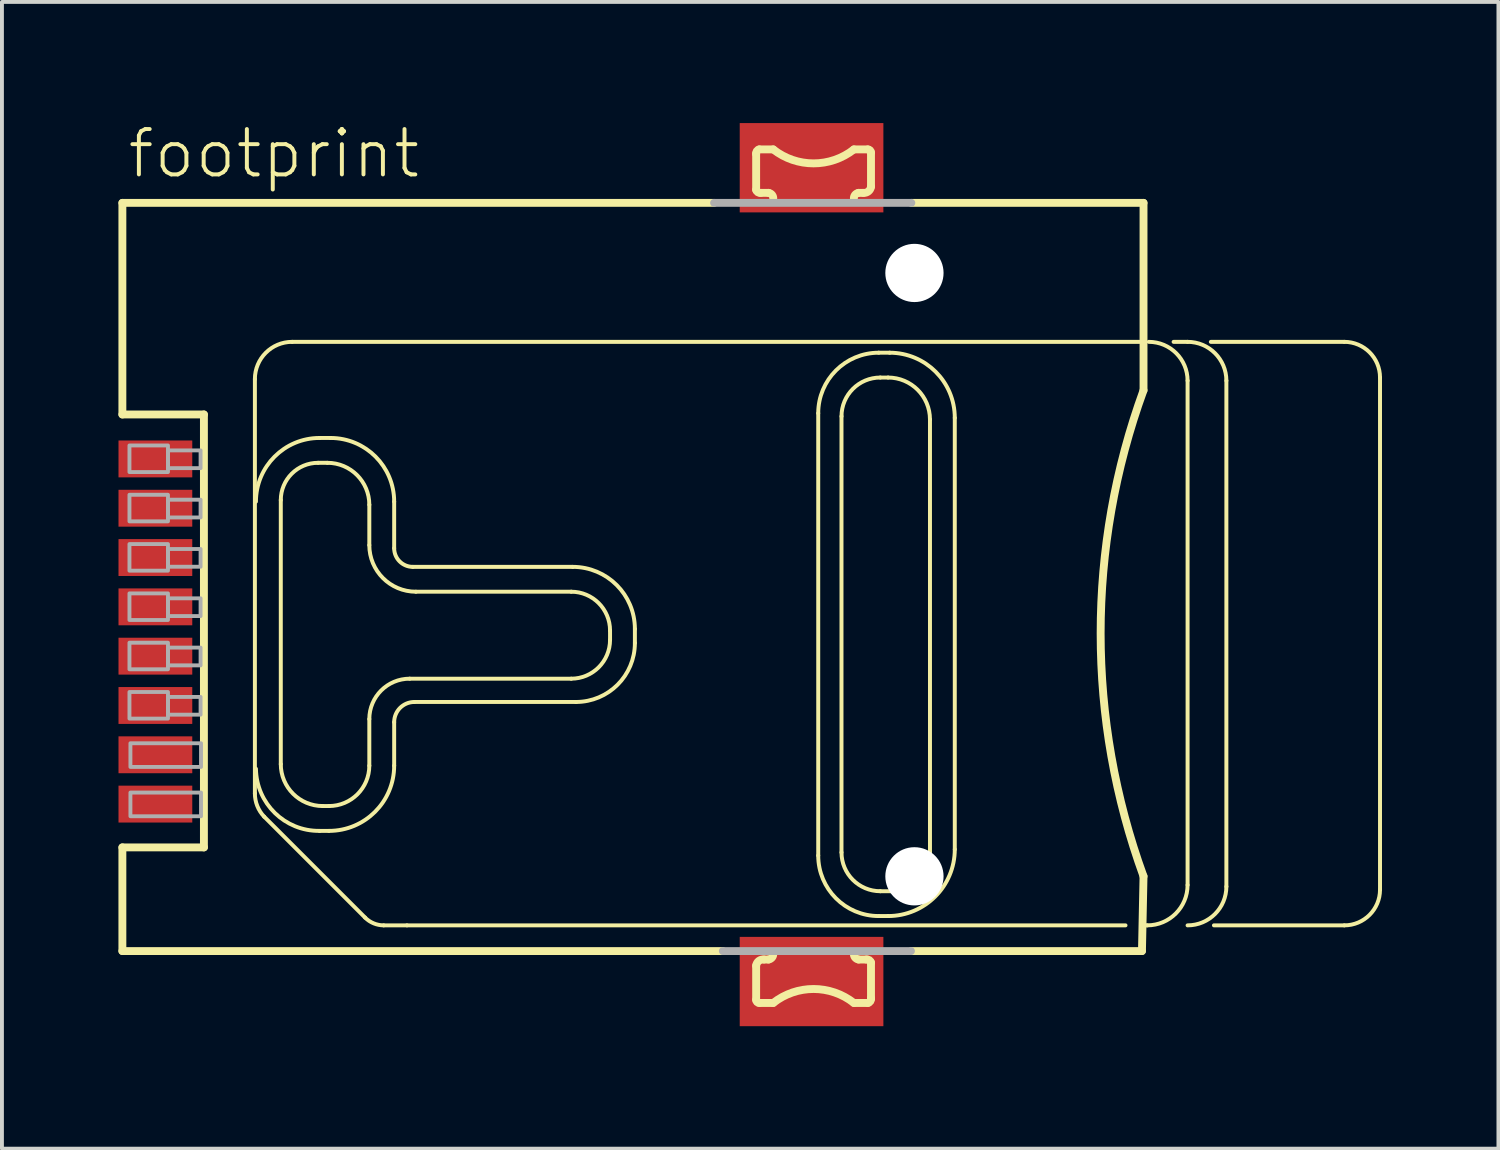
<source format=kicad_pcb>
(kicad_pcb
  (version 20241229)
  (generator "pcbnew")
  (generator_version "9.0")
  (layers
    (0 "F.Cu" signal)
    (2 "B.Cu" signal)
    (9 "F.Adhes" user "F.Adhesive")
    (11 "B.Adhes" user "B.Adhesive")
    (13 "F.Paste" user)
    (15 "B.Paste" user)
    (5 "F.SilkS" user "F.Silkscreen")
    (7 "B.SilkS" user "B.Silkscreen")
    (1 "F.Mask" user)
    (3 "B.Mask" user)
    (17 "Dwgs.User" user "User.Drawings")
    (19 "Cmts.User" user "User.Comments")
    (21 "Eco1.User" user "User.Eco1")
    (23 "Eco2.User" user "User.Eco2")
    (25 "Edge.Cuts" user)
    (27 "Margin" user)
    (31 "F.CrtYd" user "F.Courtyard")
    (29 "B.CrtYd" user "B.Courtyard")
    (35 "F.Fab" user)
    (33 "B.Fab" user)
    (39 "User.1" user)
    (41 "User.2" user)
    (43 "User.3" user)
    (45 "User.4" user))
  (footprint "footprint"
    (layer "F.Cu")
    (at 20.502 11.75)
    (property "Reference" "footprint" (at -20.32 -10.16 0) (layer "F.SilkS") (effects (font (size 1.168 1.168) (thickness 0.102)) (justify left bottom)))
    (fp_poly (pts (xy -4.5 -9.33) (xy -0.8 -9.33) (xy -0.8 -11.63) (xy -4.5 -11.63)) (stroke (width 0) (type solid)) (fill yes) (layer "F.Cu"))
    (fp_poly (pts (xy -0.8 9.33) (xy -4.5 9.33) (xy -4.5 11.63) (xy -0.8 11.63)) (stroke (width 0) (type solid)) (fill yes) (layer "F.Cu"))
    (fp_poly (pts (xy -4.625 -9.175) (xy -0.675 -9.175) (xy -0.675 -11.75) (xy -4.625 -11.75)) (stroke (width 0) (type solid)) (fill yes) (layer "F.Mask"))
    (fp_poly (pts (xy -4.625 11.785) (xy -0.675 11.785) (xy -0.675 9.21) (xy -4.625 9.21)) (stroke (width 0) (type solid)) (fill yes) (layer "F.Mask"))
    (fp_line (start -20.4 -9.575) (end -5.16 -9.575) (stroke (width 0.203) (type solid)) (layer "F.SilkS"))
    (fp_line (start -20.4 -4.125) (end -20.4 -9.575) (stroke (width 0.203) (type solid)) (layer "F.SilkS"))
    (fp_line (start -20.4 7.025) (end -18.3 7.025) (stroke (width 0.203) (type solid)) (layer "F.SilkS"))
    (fp_line (start -20.4 9.695) (end -20.4 7.025) (stroke (width 0.203) (type solid)) (layer "F.SilkS"))
    (fp_line (start -18.3 -4.125) (end -20.4 -4.125) (stroke (width 0.203) (type solid)) (layer "F.SilkS"))
    (fp_line (start -18.3 7.025) (end -18.3 -4.125) (stroke (width 0.203) (type solid)) (layer "F.SilkS"))
    (fp_line (start -16.987 -5.036) (end -16.987 5.636) (stroke (width 0.102) (type solid)) (layer "F.SilkS"))
    (fp_line (start -16.747 6.235) (end -14.149 8.833) (stroke (width 0.102) (type solid)) (layer "F.SilkS"))
    (fp_line (start -16.32 4.88) (end -16.32 -1.92) (stroke (width 0.102) (type solid)) (layer "F.SilkS"))
    (fp_line (start -16.028 -5.995) (end 5.955 -5.995) (stroke (width 0.102) (type solid)) (layer "F.SilkS"))
    (fp_line (start -15.36 -2.88) (end -15.12 -2.88) (stroke (width 0.102) (type solid)) (layer "F.SilkS"))
    (fp_line (start -15.32 -3.52) (end -15.04 -3.52) (stroke (width 0.102) (type solid)) (layer "F.SilkS"))
    (fp_line (start -15.08 5.96) (end -15.24 5.96) (stroke (width 0.102) (type solid)) (layer "F.SilkS"))
    (fp_line (start -15.08 6.6) (end -15.32 6.6) (stroke (width 0.102) (type solid)) (layer "F.SilkS"))
    (fp_line (start -14.04 -1.8) (end -14.04 -0.76) (stroke (width 0.102) (type solid)) (layer "F.SilkS"))
    (fp_line (start -14.04 3.72) (end -14.04 4.92) (stroke (width 0.102) (type solid)) (layer "F.SilkS"))
    (fp_line (start -13.4 -1.88) (end -13.4 -0.68) (stroke (width 0.102) (type solid)) (layer "F.SilkS"))
    (fp_line (start -13.4 3.8) (end -13.4 4.92) (stroke (width 0.102) (type solid)) (layer "F.SilkS"))
    (fp_line (start -13.07 9.033) (end 5.436 9.033) (stroke (width 0.102) (type solid)) (layer "F.SilkS"))
    (fp_line (start -12.92 -0.2) (end -8.8 -0.2) (stroke (width 0.102) (type solid)) (layer "F.SilkS"))
    (fp_line (start -12.84 0.44) (end -8.84 0.44) (stroke (width 0.102) (type solid)) (layer "F.SilkS"))
    (fp_line (start -8.84 2.68) (end -13 2.68) (stroke (width 0.102) (type solid)) (layer "F.SilkS"))
    (fp_line (start -8.72 3.28) (end -12.88 3.28) (stroke (width 0.102) (type solid)) (layer "F.SilkS"))
    (fp_line (start -7.84 1.44) (end -7.84 1.68) (stroke (width 0.102) (type solid)) (layer "F.SilkS"))
    (fp_line (start -7.2 1.4) (end -7.2 1.76) (stroke (width 0.102) (type solid)) (layer "F.SilkS"))
    (fp_line (start -4.935 9.695) (end -20.4 9.695) (stroke (width 0.203) (type solid)) (layer "F.SilkS"))
    (fp_line (start -4.077 -9.913) (end -4.077 -10.832) (stroke (width 0.203) (type solid)) (layer "F.SilkS"))
    (fp_line (start -4.077 10.952) (end -4.077 10.072) (stroke (width 0.203) (type solid)) (layer "F.SilkS"))
    (fp_line (start -3.997 -10.952) (end -3.637 -10.952) (stroke (width 0.203) (type solid)) (layer "F.SilkS"))
    (fp_line (start -3.877 9.913) (end -3.757 9.913) (stroke (width 0.203) (type solid)) (layer "F.SilkS"))
    (fp_line (start -3.757 -9.833) (end -3.957 -9.833) (stroke (width 0.203) (type solid)) (layer "F.SilkS"))
    (fp_line (start -3.637 11.032) (end -3.997 11.032) (stroke (width 0.203) (type solid)) (layer "F.SilkS"))
    (fp_line (start -2.478 7.235) (end -2.478 -4.157) (stroke (width 0.102) (type solid)) (layer "F.SilkS"))
    (fp_line (start -1.879 -4.077) (end -1.879 7.155) (stroke (width 0.102) (type solid)) (layer "F.SilkS"))
    (fp_line (start -1.559 -10.952) (end -1.199 -10.952) (stroke (width 0.203) (type solid)) (layer "F.SilkS"))
    (fp_line (start -1.439 9.913) (end -1.239 9.913) (stroke (width 0.203) (type solid)) (layer "F.SilkS"))
    (fp_line (start -1.319 -9.833) (end -1.439 -9.833) (stroke (width 0.203) (type solid)) (layer "F.SilkS"))
    (fp_line (start -1.199 11.032) (end -1.559 11.032) (stroke (width 0.203) (type solid)) (layer "F.SilkS"))
    (fp_line (start -1.119 -10.872) (end -1.119 -9.992) (stroke (width 0.203) (type solid)) (layer "F.SilkS"))
    (fp_line (start -1.119 9.993) (end -1.119 10.912) (stroke (width 0.203) (type solid)) (layer "F.SilkS"))
    (fp_line (start -0.919 -5.716) (end -0.639 -5.716) (stroke (width 0.102) (type solid)) (layer "F.SilkS"))
    (fp_line (start -0.879 8.154) (end -0.6 8.154) (stroke (width 0.102) (type solid)) (layer "F.SilkS"))
    (fp_line (start -0.679 -5.076) (end -0.879 -5.076) (stroke (width 0.102) (type solid)) (layer "F.SilkS"))
    (fp_line (start -0.679 8.793) (end -0.919 8.793) (stroke (width 0.102) (type solid)) (layer "F.SilkS"))
    (fp_line (start -0.08 -9.575) (end 5.9 -9.575) (stroke (width 0.203) (type solid)) (layer "F.SilkS"))
    (fp_line (start 0.4 7.155) (end 0.4 -3.997) (stroke (width 0.102) (type solid)) (layer "F.SilkS"))
    (fp_line (start 1.039 -4.037) (end 1.039 7.075) (stroke (width 0.102) (type solid)) (layer "F.SilkS"))
    (fp_line (start 5.86 9.695) (end -0.08 9.695) (stroke (width 0.203) (type solid)) (layer "F.SilkS"))
    (fp_line (start 5.9 -9.575) (end 5.9 -4.746) (stroke (width 0.203) (type solid)) (layer "F.SilkS"))
    (fp_line (start 5.9 7.769) (end 5.86 9.695) (stroke (width 0.203) (type solid)) (layer "F.SilkS"))
    (fp_line (start 5.995 9.033) (end 5.955 9.033) (stroke (width 0.102) (type solid)) (layer "F.SilkS"))
    (fp_line (start 7.035 -5.995) (end 6.675 -5.995) (stroke (width 0.102) (type solid)) (layer "F.SilkS"))
    (fp_line (start 7.035 -4.996) (end 7.035 7.994) (stroke (width 0.102) (type solid)) (layer "F.SilkS"))
    (fp_line (start 7.634 -5.995) (end 11.072 -5.995) (stroke (width 0.102) (type solid)) (layer "F.SilkS"))
    (fp_line (start 8.034 8.034) (end 8.034 -4.996) (stroke (width 0.102) (type solid)) (layer "F.SilkS"))
    (fp_line (start 11.072 9.033) (end 7.714 9.033) (stroke (width 0.102) (type solid)) (layer "F.SilkS"))
    (fp_line (start 11.991 -5.076) (end 11.991 8.114) (stroke (width 0.102) (type solid)) (layer "F.SilkS"))
    (fp_arc (start -16.9873 -5.0362) (mid -16.706328 -5.714528) (end -16.028 -5.9955) (stroke (width 0.1016) (type solid)) (layer "F.SilkS"))
    (fp_arc (start -16.96 -1.88) (mid -16.479655 -3.039655) (end -15.32 -3.52) (stroke (width 0.1016) (type solid)) (layer "F.SilkS"))
    (fp_arc (start -16.7474 6.235301) (mid -16.925107 5.958663) (end -16.9873 5.6358) (stroke (width 0.1016) (type solid)) (layer "F.SilkS"))
    (fp_arc (start -16.32 -1.92) (mid -16.038823 -2.598823) (end -15.36 -2.88) (stroke (width 0.1016) (type solid)) (layer "F.SilkS"))
    (fp_arc (start -15.32 6.6) (mid -16.471371 6.139655) (end -16.96 5) (stroke (width 0.1016) (type solid)) (layer "F.SilkS"))
    (fp_arc (start -15.24 5.96) (mid -16.003675 5.643675) (end -16.32 4.88) (stroke (width 0.1016) (type solid)) (layer "F.SilkS"))
    (fp_arc (start -15.12 -2.88) (mid -14.356325 -2.563675) (end -14.04 -1.8) (stroke (width 0.1016) (type solid)) (layer "F.SilkS"))
    (fp_arc (start -15.04 -3.52) (mid -13.880345 -3.039655) (end -13.4 -1.88) (stroke (width 0.1016) (type solid)) (layer "F.SilkS"))
    (fp_arc (start -14.04 3.72) (mid -13.735391 2.984609) (end -13 2.68) (stroke (width 0.1016) (type solid)) (layer "F.SilkS"))
    (fp_arc (start -14.04 4.92) (mid -14.344609 5.655391) (end -15.08 5.96) (stroke (width 0.1016) (type solid)) (layer "F.SilkS"))
    (fp_arc (start -13.669699 9.0332) (mid -13.929318 8.980763) (end -14.1494 8.8334) (stroke (width 0.1016) (type solid)) (layer "F.SilkS"))
    (fp_arc (start -13.4 3.8) (mid -13.247696 3.432304) (end -12.88 3.28) (stroke (width 0.1016) (type solid)) (layer "F.SilkS"))
    (fp_arc (start -13.4 4.92) (mid -13.892061 6.107939) (end -15.08 6.6) (stroke (width 0.1016) (type solid)) (layer "F.SilkS"))
    (fp_arc (start -13.0702 9.0332) (mid -13.36995 9.033793) (end -13.6697 9.0332) (stroke (width 0.1016) (type solid)) (layer "F.SilkS"))
    (fp_arc (start -12.92 -0.2) (mid -13.259411 -0.340589) (end -13.4 -0.68) (stroke (width 0.1016) (type solid)) (layer "F.SilkS"))
    (fp_arc (start -12.84 0.44) (mid -13.688528 0.088528) (end -14.04 -0.76) (stroke (width 0.1016) (type solid)) (layer "F.SilkS"))
    (fp_arc (start -8.84 0.44) (mid -8.132893 0.732893) (end -7.84 1.44) (stroke (width 0.1016) (type solid)) (layer "F.SilkS"))
    (fp_arc (start -8.8 -0.2) (mid -7.668629 0.268629) (end -7.2 1.4) (stroke (width 0.1016) (type solid)) (layer "F.SilkS"))
    (fp_arc (start -7.84 1.68) (mid -8.132893 2.387107) (end -8.84 2.68) (stroke (width 0.1016) (type solid)) (layer "F.SilkS"))
    (fp_arc (start -7.2 1.76) (mid -7.645198 2.834802) (end -8.72 3.28) (stroke (width 0.1016) (type solid)) (layer "F.SilkS"))
    (fp_arc (start -4.077 10.0725) (mid -4.010196 9.95122) (end -3.8772 9.9127) (stroke (width 0.2032) (type solid)) (layer "F.SilkS"))
    (fp_arc (start -4.0769 -10.8318) (mid -4.061782 -10.908298) (end -3.997 -10.9517) (stroke (width 0.2032) (type solid)) (layer "F.SilkS"))
    (fp_arc (start -3.9971 11.0318) (mid -4.053598 11.008398) (end -4.077 10.9519) (stroke (width 0.2032) (type solid)) (layer "F.SilkS"))
    (fp_arc (start -3.9571 -9.8327) (mid -4.033598 -9.847818) (end -4.077 -9.9126) (stroke (width 0.2032) (type solid)) (layer "F.SilkS"))
    (fp_arc (start -3.7572 -9.8326) (mid -3.664163 -9.77746) (end -3.6373 -9.6727) (stroke (width 0.2032) (type solid)) (layer "F.SilkS"))
    (fp_arc (start -3.637399 11.031799) (mid -2.598149 10.67213) (end -1.5589 11.0318) (stroke (width 0.2032) (type solid)) (layer "F.SilkS"))
    (fp_arc (start -3.637398 9.7528) (mid -3.664238 9.857544) (end -3.7573 9.9126) (stroke (width 0.2032) (type solid)) (layer "F.SilkS"))
    (fp_arc (start -2.4781 -4.1569) (mid -2.021538 -5.259139) (end -0.919299 -5.715701) (stroke (width 0.1016) (type solid)) (layer "F.SilkS"))
    (fp_arc (start -1.8786 -4.0769) (mid -1.585912 -4.783512) (end -0.8793 -5.0762) (stroke (width 0.1016) (type solid)) (layer "F.SilkS"))
    (fp_arc (start -1.558801 -10.951799) (mid -2.598051 -10.59213) (end -3.6373 -10.9518) (stroke (width 0.2032) (type solid)) (layer "F.SilkS"))
    (fp_arc (start -1.558801 -9.672799) (mid -1.531961 -9.777543) (end -1.4389 -9.8326) (stroke (width 0.2032) (type solid)) (layer "F.SilkS"))
    (fp_arc (start -1.438999 9.912601) (mid -1.532037 9.857461) (end -1.5589 9.7527) (stroke (width 0.2032) (type solid)) (layer "F.SilkS"))
    (fp_arc (start -1.2391 9.9127) (mid -1.162602 9.927818) (end -1.1192 9.9926) (stroke (width 0.2032) (type solid)) (layer "F.SilkS"))
    (fp_arc (start -1.1991 -10.9518) (mid -1.142602 -10.928398) (end -1.1192 -10.8719) (stroke (width 0.2032) (type solid)) (layer "F.SilkS"))
    (fp_arc (start -1.1193 10.9118) (mid -1.134418 10.988298) (end -1.1992 11.0317) (stroke (width 0.2032) (type solid)) (layer "F.SilkS"))
    (fp_arc (start -1.1192 -9.9925) (mid -1.186004 -9.87122) (end -1.319 -9.8327) (stroke (width 0.2032) (type solid)) (layer "F.SilkS"))
    (fp_arc (start -0.9193 8.7934) (mid -2.021538 8.336837) (end -2.478099 7.234599) (stroke (width 0.1016) (type solid)) (layer "F.SilkS"))
    (fp_arc (start -0.8793 8.1539) (mid -1.585912 7.861212) (end -1.8786 7.1546) (stroke (width 0.1016) (type solid)) (layer "F.SilkS"))
    (fp_arc (start -0.6795 -5.0762) (mid 0.08361 -4.76011) (end 0.3997 -3.997) (stroke (width 0.1016) (type solid)) (layer "F.SilkS"))
    (fp_arc (start -0.6395 -5.7157) (mid 0.54752 -5.22402) (end 1.0392 -4.037) (stroke (width 0.1016) (type solid)) (layer "F.SilkS"))
    (fp_arc (start 0.3997 7.1546) (mid 0.107012 7.861212) (end -0.5996 8.1539) (stroke (width 0.1016) (type solid)) (layer "F.SilkS"))
    (fp_arc (start 1.0392 7.0747) (mid 0.535804 8.290004) (end -0.6795 8.7934) (stroke (width 0.1016) (type solid)) (layer "F.SilkS"))
    (fp_arc (start 5.9 7.768799) (mid 4.795616 1.5114) (end 5.9 -4.746) (stroke (width 0.2032) (type solid)) (layer "F.SilkS"))
    (fp_arc (start 6.0355 -5.9955) (mid 6.742041 -5.702841) (end 7.0347 -4.9963) (stroke (width 0.1016) (type solid)) (layer "F.SilkS"))
    (fp_arc (start 7.0347 -5.9955) (mid 7.741312 -5.702812) (end 8.034 -4.9962) (stroke (width 0.1016) (type solid)) (layer "F.SilkS"))
    (fp_arc (start 7.0347 7.994) (mid 6.730325 8.728825) (end 5.9955 9.0332) (stroke (width 0.1016) (type solid)) (layer "F.SilkS"))
    (fp_arc (start 8.034 8.0339) (mid 7.741312 8.740512) (end 7.0347 9.0332) (stroke (width 0.1016) (type solid)) (layer "F.SilkS"))
    (fp_arc (start 11.0717 -5.9955) (mid 11.721743 -5.726243) (end 11.991 -5.0762) (stroke (width 0.1016) (type solid)) (layer "F.SilkS"))
    (fp_arc (start 11.991 8.1139) (mid 11.721743 8.763943) (end 11.0717 9.0332) (stroke (width 0.1016) (type solid)) (layer "F.SilkS"))
    (fp_poly (pts (xy -4.375 -9.45) (xy -0.925 -9.45) (xy -0.925 -11.5) (xy -4.375 -11.5)) (stroke (width 0) (type solid)) (fill yes) (layer "F.Paste"))
    (fp_poly (pts (xy -4.375 11.51) (xy -0.925 11.51) (xy -0.925 9.46) (xy -4.375 9.46)) (stroke (width 0) (type solid)) (fill yes) (layer "F.Paste"))
    (fp_line (start -5.16 -9.575) (end -0.08 -9.575) (stroke (width 0.203) (type solid)) (layer "F.Fab"))
    (fp_line (start -0.09 9.695) (end -4.935 9.695) (stroke (width 0.203) (type solid)) (layer "F.Fab"))
    (fp_poly (pts (xy -20.218 -2.642) (xy -19.226 -2.642) (xy -19.226 -3.327) (xy -20.218 -3.327)) (stroke (width 0.1) (type solid)) (fill no) (layer "F.Fab"))
    (fp_poly (pts (xy -20.218 -1.372) (xy -19.226 -1.372) (xy -19.226 -2.057) (xy -20.218 -2.057)) (stroke (width 0.1) (type solid)) (fill no) (layer "F.Fab"))
    (fp_poly (pts (xy -20.218 -0.102) (xy -19.226 -0.102) (xy -19.226 -0.787) (xy -20.218 -0.787)) (stroke (width 0.1) (type solid)) (fill no) (layer "F.Fab"))
    (fp_poly (pts (xy -20.218 1.168) (xy -19.226 1.168) (xy -19.226 0.483) (xy -20.218 0.483)) (stroke (width 0.1) (type solid)) (fill no) (layer "F.Fab"))
    (fp_poly (pts (xy -20.218 2.438) (xy -19.226 2.438) (xy -19.226 1.753) (xy -20.218 1.753)) (stroke (width 0.1) (type solid)) (fill no) (layer "F.Fab"))
    (fp_poly (pts (xy -20.218 3.708) (xy -19.226 3.708) (xy -19.226 3.023) (xy -20.218 3.023)) (stroke (width 0.1) (type solid)) (fill no) (layer "F.Fab"))
    (fp_poly (pts (xy -20.193 4.953) (xy -18.375 4.953) (xy -18.375 4.343) (xy -20.193 4.343)) (stroke (width 0.1) (type solid)) (fill no) (layer "F.Fab"))
    (fp_poly (pts (xy -20.193 6.223) (xy -18.375 6.223) (xy -18.375 5.613) (xy -20.193 5.613)) (stroke (width 0.1) (type solid)) (fill no) (layer "F.Fab"))
    (fp_poly (pts (xy -19.226 -2.743) (xy -18.386 -2.743) (xy -18.386 -3.2) (xy -19.226 -3.2)) (stroke (width 0.1) (type solid)) (fill no) (layer "F.Fab"))
    (fp_poly (pts (xy -19.226 -1.473) (xy -18.386 -1.473) (xy -18.386 -1.93) (xy -19.226 -1.93)) (stroke (width 0.1) (type solid)) (fill no) (layer "F.Fab"))
    (fp_poly (pts (xy -19.226 -0.203) (xy -18.386 -0.203) (xy -18.386 -0.66) (xy -19.226 -0.66)) (stroke (width 0.1) (type solid)) (fill no) (layer "F.Fab"))
    (fp_poly (pts (xy -19.226 1.067) (xy -18.386 1.067) (xy -18.386 0.61) (xy -19.226 0.61)) (stroke (width 0.1) (type solid)) (fill no) (layer "F.Fab"))
    (fp_poly (pts (xy -19.226 2.337) (xy -18.386 2.337) (xy -18.386 1.88) (xy -19.226 1.88)) (stroke (width 0.1) (type solid)) (fill no) (layer "F.Fab"))
    (fp_poly (pts (xy -19.226 3.607) (xy -18.386 3.607) (xy -18.386 3.15) (xy -19.226 3.15)) (stroke (width 0.1) (type solid)) (fill no) (layer "F.Fab"))
    (pad "" np_thru_hole circle (at 0 -7.77) (size 1.5 1.5) (drill 1.5) (layers "*.Cu" "*.Mask"))
    (pad "" np_thru_hole circle (at 0 7.77) (size 1.5 1.5) (drill 1.5) (layers "*.Cu" "*.Mask"))
    (pad "C/D@1" smd rect (at -19.55 4.64) (size 1.9 0.95) (layers "F.Cu" "F.Mask" "F.Paste"))
    (pad "C/D@2" smd rect (at -19.55 5.91) (size 1.9 0.95) (layers "F.Cu" "F.Mask" "F.Paste"))
    (pad "C1" smd rect (at -19.55 -2.98) (size 1.9 0.95) (layers "F.Cu" "F.Mask" "F.Paste"))
    (pad "C2" smd rect (at -19.55 -0.44) (size 1.9 0.95) (layers "F.Cu" "F.Mask" "F.Paste"))
    (pad "C3" smd rect (at -19.55 2.1) (size 1.9 0.95) (layers "F.Cu" "F.Mask" "F.Paste"))
    (pad "C5" smd rect (at -19.55 -1.71) (size 1.9 0.95) (layers "F.Cu" "F.Mask" "F.Paste"))
    (pad "C6" smd rect (at -19.55 0.83) (size 1.9 0.95) (layers "F.Cu" "F.Mask" "F.Paste"))
    (pad "C7" smd rect (at -19.55 3.37) (size 1.9 0.95) (layers "F.Cu" "F.Mask" "F.Paste"))
    (zone (net_name "") (layer "F.Cu") (hatch edge 0.508) (connect_pads) (min_thickness 0.254) (filled_areas_thickness no) (keepout (tracks not_allowed) (vias not_allowed) (pads not_allowed) (copperpour not_allowed) (footprints allowed)) (placement (enabled no)) (fill) (polygon (pts (xy 15.352 16.21) (xy 17.052 16.21) (xy 17.052 8.73) (xy 15.352 8.73))))
    (zone (net_name "") (layer "F.Cu") (hatch edge 0.508) (connect_pads) (min_thickness 0.254) (filled_areas_thickness no) (keepout (tracks not_allowed) (vias not_allowed) (pads not_allowed) (copperpour not_allowed) (footprints allowed)) (placement (enabled no)) (fill) (polygon (pts (xy 22.852 15.16) (xy 24.552 15.16) (xy 24.552 7.68) (xy 22.852 7.68)))))
  (gr_rect
    (start -3 -3)
    (end 35.543 26.535)
    (stroke (width 0.1) (type default))
    (fill no)
    (layer "Edge.Cuts")))
</source>
